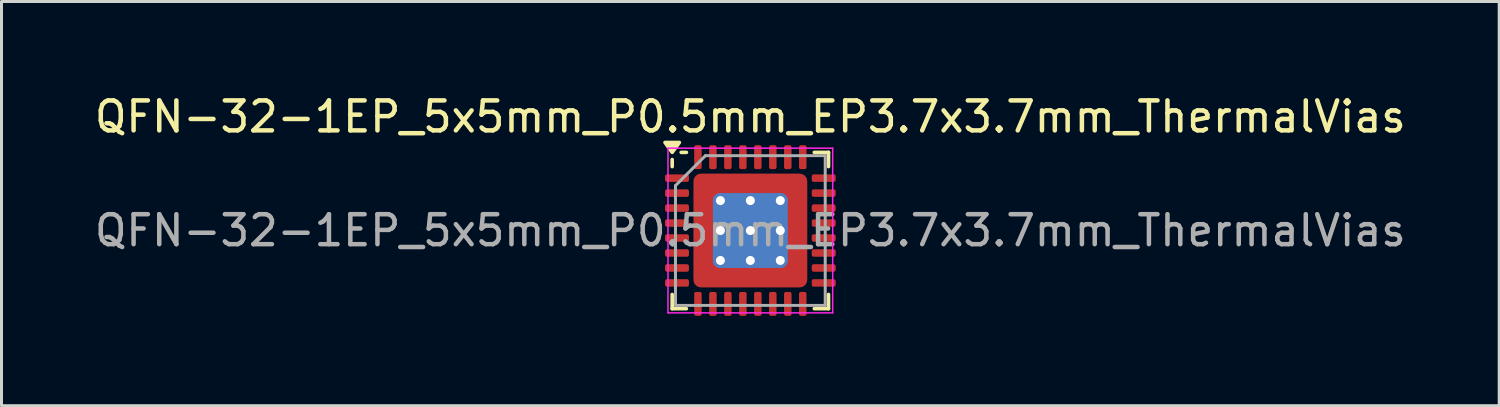
<source format=kicad_pcb>
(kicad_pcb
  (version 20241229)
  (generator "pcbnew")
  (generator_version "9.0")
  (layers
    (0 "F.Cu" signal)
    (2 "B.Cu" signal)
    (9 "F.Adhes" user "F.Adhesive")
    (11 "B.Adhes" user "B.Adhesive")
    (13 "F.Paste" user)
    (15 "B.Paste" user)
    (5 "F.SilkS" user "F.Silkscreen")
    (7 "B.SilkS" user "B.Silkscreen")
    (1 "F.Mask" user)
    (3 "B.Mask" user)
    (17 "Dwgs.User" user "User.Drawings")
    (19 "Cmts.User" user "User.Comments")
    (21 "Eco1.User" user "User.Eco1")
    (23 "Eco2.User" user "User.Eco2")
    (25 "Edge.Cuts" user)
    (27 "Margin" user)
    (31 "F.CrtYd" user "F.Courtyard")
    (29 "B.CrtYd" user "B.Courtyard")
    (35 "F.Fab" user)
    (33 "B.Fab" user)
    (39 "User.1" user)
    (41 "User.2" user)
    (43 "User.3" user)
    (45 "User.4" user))
  (footprint "QFN-32-1EP_5x5mm_P0.5mm_EP3.7x3.7mm_ThermalVias"
    (layer "F.Cu")
    (at 22.006 4.648)
    (property "Reference" "QFN-32-1EP_5x5mm_P0.5mm_EP3.7x3.7mm_ThermalVias" (at 0 -3.8 0) (layer "F.SilkS") (effects (font (size 1 1) (thickness 0.15))))
    (attr smd)
    (fp_line (start -2.61 -2.135) (end -2.61 -2.37) (stroke (width 0.12) (type solid)) (layer "F.SilkS"))
    (fp_line (start -2.61 2.61) (end -2.61 2.135) (stroke (width 0.12) (type solid)) (layer "F.SilkS"))
    (fp_line (start -2.135 -2.61) (end -2.31 -2.61) (stroke (width 0.12) (type solid)) (layer "F.SilkS"))
    (fp_line (start -2.135 2.61) (end -2.61 2.61) (stroke (width 0.12) (type solid)) (layer "F.SilkS"))
    (fp_line (start 2.135 -2.61) (end 2.61 -2.61) (stroke (width 0.12) (type solid)) (layer "F.SilkS"))
    (fp_line (start 2.135 2.61) (end 2.61 2.61) (stroke (width 0.12) (type solid)) (layer "F.SilkS"))
    (fp_line (start 2.61 -2.61) (end 2.61 -2.135) (stroke (width 0.12) (type solid)) (layer "F.SilkS"))
    (fp_line (start 2.61 2.61) (end 2.61 2.135) (stroke (width 0.12) (type solid)) (layer "F.SilkS"))
    (fp_poly (pts (xy -2.61 -2.61) (xy -2.85 -2.94) (xy -2.37 -2.94) (xy -2.61 -2.61)) (stroke (width 0.12) (type solid)) (fill yes) (layer "F.SilkS"))
    (fp_line (start -2.75 -2.75) (end -2.75 2.75) (stroke (width 0.05) (type solid)) (layer "F.CrtYd"))
    (fp_line (start -2.75 2.75) (end 2.75 2.75) (stroke (width 0.05) (type solid)) (layer "F.CrtYd"))
    (fp_line (start 2.75 -2.75) (end -2.75 -2.75) (stroke (width 0.05) (type solid)) (layer "F.CrtYd"))
    (fp_line (start 2.75 2.75) (end 2.75 -2.75) (stroke (width 0.05) (type solid)) (layer "F.CrtYd"))
    (fp_line (start -2.5 -1.5) (end -1.5 -2.5) (stroke (width 0.1) (type solid)) (layer "F.Fab"))
    (fp_line (start -2.5 2.5) (end -2.5 -1.5) (stroke (width 0.1) (type solid)) (layer "F.Fab"))
    (fp_line (start -1.5 -2.5) (end 2.5 -2.5) (stroke (width 0.1) (type solid)) (layer "F.Fab"))
    (fp_line (start 2.5 -2.5) (end 2.5 2.5) (stroke (width 0.1) (type solid)) (layer "F.Fab"))
    (fp_line (start 2.5 2.5) (end -2.5 2.5) (stroke (width 0.1) (type solid)) (layer "F.Fab"))
    (fp_text user "${REFERENCE}" (at 0 0 0) (layer "F.Fab") (effects (font (size 1 1) (thickness 0.15))))
    (pad "" smd custom (at -1.425 -1.425) (size 0.602 0.602) (layers "F.Paste") (options (anchor circle)) (primitives (gr_poly (pts (xy -0.259 -0.259) (xy 0.259 -0.259) (xy 0.259 0.19) (xy 0.19 0.259) (xy -0.259 0.259)) (width 0.167) (fill yes))))
    (pad "" smd custom (at -1.425 -0.5) (size 0.612 0.612) (layers "F.Paste") (options (anchor circle)) (primitives (gr_poly (pts (xy -0.269 -0.33) (xy 0.209 -0.33) (xy 0.269 -0.269) (xy 0.269 0.269) (xy 0.209 0.33) (xy -0.269 0.33)) (width 0.147) (fill yes))))
    (pad "" smd custom (at -1.425 0.5) (size 0.612 0.612) (layers "F.Paste") (options (anchor circle)) (primitives (gr_poly (pts (xy -0.269 -0.33) (xy 0.209 -0.33) (xy 0.269 -0.269) (xy 0.269 0.269) (xy 0.209 0.33) (xy -0.269 0.33)) (width 0.147) (fill yes))))
    (pad "" smd custom (at -1.425 1.425) (size 0.602 0.602) (layers "F.Paste") (options (anchor circle)) (primitives (gr_poly (pts (xy -0.259 -0.259) (xy 0.19 -0.259) (xy 0.259 -0.19) (xy 0.259 0.259) (xy -0.259 0.259)) (width 0.167) (fill yes))))
    (pad "" smd custom (at -0.5 -1.425) (size 0.612 0.612) (layers "F.Paste") (options (anchor circle)) (primitives (gr_poly (pts (xy -0.33 -0.269) (xy 0.33 -0.269) (xy 0.33 0.209) (xy 0.269 0.269) (xy -0.269 0.269) (xy -0.33 0.209)) (width 0.147) (fill yes))))
    (pad "" smd roundrect (at -0.5 -0.5) (size 0.806 0.806) (layers "F.Paste") (roundrect_rratio 0.25))
    (pad "" smd roundrect (at -0.5 0.5) (size 0.806 0.806) (layers "F.Paste") (roundrect_rratio 0.25))
    (pad "" smd custom (at -0.5 1.425) (size 0.612 0.612) (layers "F.Paste") (options (anchor circle)) (primitives (gr_poly (pts (xy -0.33 -0.209) (xy -0.269 -0.269) (xy 0.269 -0.269) (xy 0.33 -0.209) (xy 0.33 0.269) (xy -0.33 0.269)) (width 0.147) (fill yes))))
    (pad "" smd custom (at 0.5 -1.425) (size 0.612 0.612) (layers "F.Paste") (options (anchor circle)) (primitives (gr_poly (pts (xy -0.33 -0.269) (xy 0.33 -0.269) (xy 0.33 0.209) (xy 0.269 0.269) (xy -0.269 0.269) (xy -0.33 0.209)) (width 0.147) (fill yes))))
    (pad "" smd roundrect (at 0.5 -0.5) (size 0.806 0.806) (layers "F.Paste") (roundrect_rratio 0.25))
    (pad "" smd roundrect (at 0.5 0.5) (size 0.806 0.806) (layers "F.Paste") (roundrect_rratio 0.25))
    (pad "" smd custom (at 0.5 1.425) (size 0.612 0.612) (layers "F.Paste") (options (anchor circle)) (primitives (gr_poly (pts (xy -0.33 -0.209) (xy -0.269 -0.269) (xy 0.269 -0.269) (xy 0.33 -0.209) (xy 0.33 0.269) (xy -0.33 0.269)) (width 0.147) (fill yes))))
    (pad "" smd custom (at 1.425 -1.425) (size 0.602 0.602) (layers "F.Paste") (options (anchor circle)) (primitives (gr_poly (pts (xy -0.259 -0.259) (xy 0.259 -0.259) (xy 0.259 0.259) (xy -0.19 0.259) (xy -0.259 0.19)) (width 0.167) (fill yes))))
    (pad "" smd custom (at 1.425 -0.5) (size 0.612 0.612) (layers "F.Paste") (options (anchor circle)) (primitives (gr_poly (pts (xy -0.269 -0.269) (xy -0.209 -0.33) (xy 0.269 -0.33) (xy 0.269 0.33) (xy -0.209 0.33) (xy -0.269 0.269)) (width 0.147) (fill yes))))
    (pad "" smd custom (at 1.425 0.5) (size 0.612 0.612) (layers "F.Paste") (options (anchor circle)) (primitives (gr_poly (pts (xy -0.269 -0.269) (xy -0.209 -0.33) (xy 0.269 -0.33) (xy 0.269 0.33) (xy -0.209 0.33) (xy -0.269 0.269)) (width 0.147) (fill yes))))
    (pad "" smd custom (at 1.425 1.425) (size 0.602 0.602) (layers "F.Paste") (options (anchor circle)) (primitives (gr_poly (pts (xy -0.259 -0.19) (xy -0.19 -0.259) (xy 0.259 -0.259) (xy 0.259 0.259) (xy -0.259 0.259)) (width 0.167) (fill yes))))
    (pad "1" smd roundrect (at -2.45 -1.75) (size 0.8 0.25) (layers "F.Cu" "F.Mask" "F.Paste") (roundrect_rratio 0.25))
    (pad "2" smd roundrect (at -2.45 -1.25) (size 0.8 0.25) (layers "F.Cu" "F.Mask" "F.Paste") (roundrect_rratio 0.25))
    (pad "3" smd roundrect (at -2.45 -0.75) (size 0.8 0.25) (layers "F.Cu" "F.Mask" "F.Paste") (roundrect_rratio 0.25))
    (pad "4" smd roundrect (at -2.45 -0.25) (size 0.8 0.25) (layers "F.Cu" "F.Mask" "F.Paste") (roundrect_rratio 0.25))
    (pad "5" smd roundrect (at -2.45 0.25) (size 0.8 0.25) (layers "F.Cu" "F.Mask" "F.Paste") (roundrect_rratio 0.25))
    (pad "6" smd roundrect (at -2.45 0.75) (size 0.8 0.25) (layers "F.Cu" "F.Mask" "F.Paste") (roundrect_rratio 0.25))
    (pad "7" smd roundrect (at -2.45 1.25) (size 0.8 0.25) (layers "F.Cu" "F.Mask" "F.Paste") (roundrect_rratio 0.25))
    (pad "8" smd roundrect (at -2.45 1.75) (size 0.8 0.25) (layers "F.Cu" "F.Mask" "F.Paste") (roundrect_rratio 0.25))
    (pad "9" smd roundrect (at -1.75 2.45) (size 0.25 0.8) (layers "F.Cu" "F.Mask" "F.Paste") (roundrect_rratio 0.25))
    (pad "10" smd roundrect (at -1.25 2.45) (size 0.25 0.8) (layers "F.Cu" "F.Mask" "F.Paste") (roundrect_rratio 0.25))
    (pad "11" smd roundrect (at -0.75 2.45) (size 0.25 0.8) (layers "F.Cu" "F.Mask" "F.Paste") (roundrect_rratio 0.25))
    (pad "12" smd roundrect (at -0.25 2.45) (size 0.25 0.8) (layers "F.Cu" "F.Mask" "F.Paste") (roundrect_rratio 0.25))
    (pad "13" smd roundrect (at 0.25 2.45) (size 0.25 0.8) (layers "F.Cu" "F.Mask" "F.Paste") (roundrect_rratio 0.25))
    (pad "14" smd roundrect (at 0.75 2.45) (size 0.25 0.8) (layers "F.Cu" "F.Mask" "F.Paste") (roundrect_rratio 0.25))
    (pad "15" smd roundrect (at 1.25 2.45) (size 0.25 0.8) (layers "F.Cu" "F.Mask" "F.Paste") (roundrect_rratio 0.25))
    (pad "16" smd roundrect (at 1.75 2.45) (size 0.25 0.8) (layers "F.Cu" "F.Mask" "F.Paste") (roundrect_rratio 0.25))
    (pad "17" smd roundrect (at 2.45 1.75) (size 0.8 0.25) (layers "F.Cu" "F.Mask" "F.Paste") (roundrect_rratio 0.25))
    (pad "18" smd roundrect (at 2.45 1.25) (size 0.8 0.25) (layers "F.Cu" "F.Mask" "F.Paste") (roundrect_rratio 0.25))
    (pad "19" smd roundrect (at 2.45 0.75) (size 0.8 0.25) (layers "F.Cu" "F.Mask" "F.Paste") (roundrect_rratio 0.25))
    (pad "20" smd roundrect (at 2.45 0.25) (size 0.8 0.25) (layers "F.Cu" "F.Mask" "F.Paste") (roundrect_rratio 0.25))
    (pad "21" smd roundrect (at 2.45 -0.25) (size 0.8 0.25) (layers "F.Cu" "F.Mask" "F.Paste") (roundrect_rratio 0.25))
    (pad "22" smd roundrect (at 2.45 -0.75) (size 0.8 0.25) (layers "F.Cu" "F.Mask" "F.Paste") (roundrect_rratio 0.25))
    (pad "23" smd roundrect (at 2.45 -1.25) (size 0.8 0.25) (layers "F.Cu" "F.Mask" "F.Paste") (roundrect_rratio 0.25))
    (pad "24" smd roundrect (at 2.45 -1.75) (size 0.8 0.25) (layers "F.Cu" "F.Mask" "F.Paste") (roundrect_rratio 0.25))
    (pad "25" smd roundrect (at 1.75 -2.45) (size 0.25 0.8) (layers "F.Cu" "F.Mask" "F.Paste") (roundrect_rratio 0.25))
    (pad "26" smd roundrect (at 1.25 -2.45) (size 0.25 0.8) (layers "F.Cu" "F.Mask" "F.Paste") (roundrect_rratio 0.25))
    (pad "27" smd roundrect (at 0.75 -2.45) (size 0.25 0.8) (layers "F.Cu" "F.Mask" "F.Paste") (roundrect_rratio 0.25))
    (pad "28" smd roundrect (at 0.25 -2.45) (size 0.25 0.8) (layers "F.Cu" "F.Mask" "F.Paste") (roundrect_rratio 0.25))
    (pad "29" smd roundrect (at -0.25 -2.45) (size 0.25 0.8) (layers "F.Cu" "F.Mask" "F.Paste") (roundrect_rratio 0.25))
    (pad "30" smd roundrect (at -0.75 -2.45) (size 0.25 0.8) (layers "F.Cu" "F.Mask" "F.Paste") (roundrect_rratio 0.25))
    (pad "31" smd roundrect (at -1.25 -2.45) (size 0.25 0.8) (layers "F.Cu" "F.Mask" "F.Paste") (roundrect_rratio 0.25))
    (pad "32" smd roundrect (at -1.75 -2.45) (size 0.25 0.8) (layers "F.Cu" "F.Mask" "F.Paste") (roundrect_rratio 0.25))
    (pad "33" thru_hole circle (at -1 -1) (size 0.5 0.5) (drill 0.3) (property pad_prop_heatsink) (layers "*.Cu"))
    (pad "33" thru_hole circle (at -1 0) (size 0.5 0.5) (drill 0.3) (property pad_prop_heatsink) (layers "*.Cu"))
    (pad "33" thru_hole circle (at -1 1) (size 0.5 0.5) (drill 0.3) (property pad_prop_heatsink) (layers "*.Cu"))
    (pad "33" thru_hole circle (at 0 -1) (size 0.5 0.5) (drill 0.3) (property pad_prop_heatsink) (layers "*.Cu"))
    (pad "33" thru_hole circle (at 0 0) (size 0.5 0.5) (drill 0.3) (property pad_prop_heatsink) (layers "*.Cu"))
    (pad "33" smd roundrect (at 0 0) (size 2.5 2.5) (property pad_prop_heatsink) (layers "B.Cu") (roundrect_rratio 0.1))
    (pad "33" smd roundrect (at 0 0) (size 3.8 3.8) (property pad_prop_heatsink) (layers "F.Cu" "F.Mask") (roundrect_rratio 0.066))
    (pad "33" thru_hole circle (at 0 1) (size 0.5 0.5) (drill 0.3) (property pad_prop_heatsink) (layers "*.Cu"))
    (pad "33" thru_hole circle (at 1 -1) (size 0.5 0.5) (drill 0.3) (property pad_prop_heatsink) (layers "*.Cu"))
    (pad "33" thru_hole circle (at 1 0) (size 0.5 0.5) (drill 0.3) (property pad_prop_heatsink) (layers "*.Cu"))
    (pad "33" thru_hole circle (at 1 1) (size 0.5 0.5) (drill 0.3) (property pad_prop_heatsink) (layers "*.Cu")))
  (gr_rect
    (start -3 -3)
    (end 47.012 10.498)
    (stroke (width 0.1) (type default))
    (fill no)
    (layer "Edge.Cuts")))
</source>
